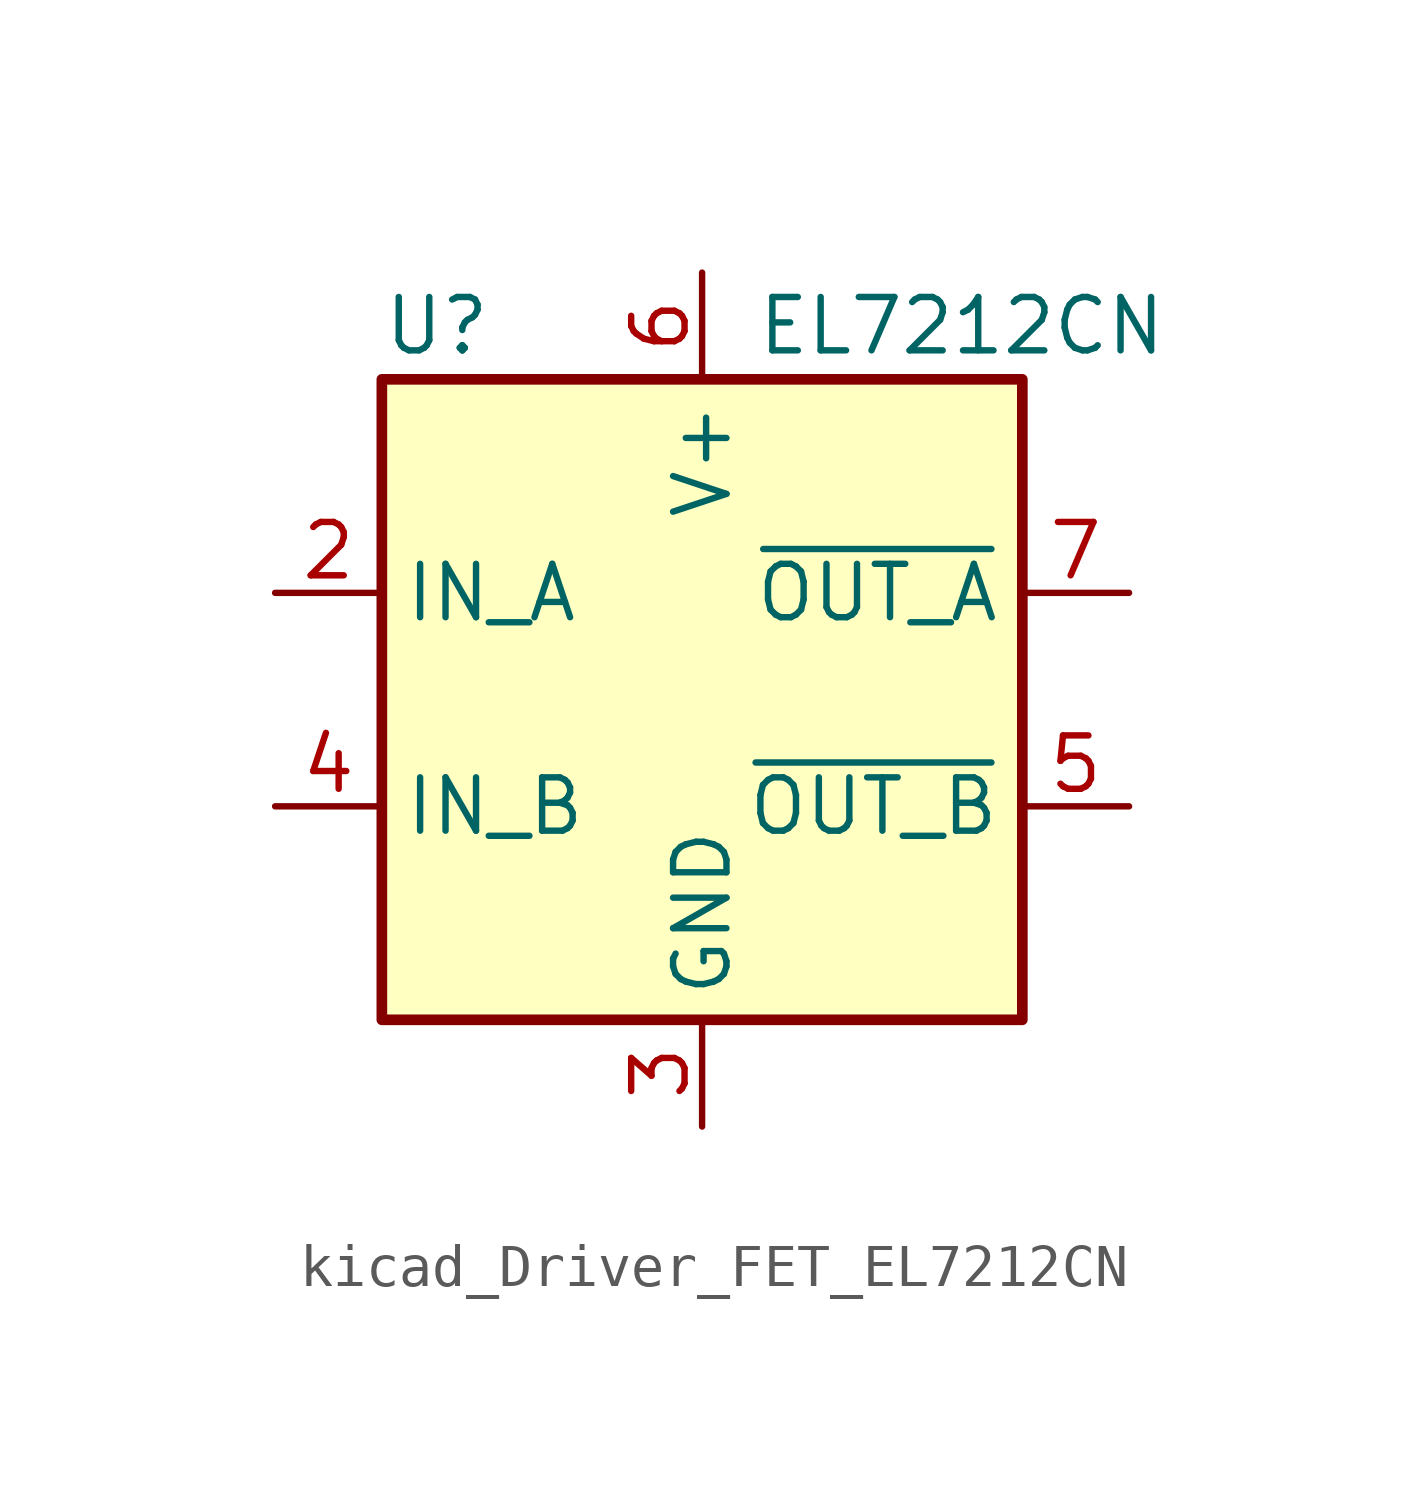
<source format=kicad_sym>
(kicad_symbol_lib
  (version 20220914)
  (generator kicad_symbol_editor)
  (symbol "kicad_Driver_FET_EL7212CN"
    (property "Reference" "U"
      (at -7.62 8.89 0)
      (effects (font (size 1.27 1.27)) (justify left)))
    (property "Value" "EL7212CN"
      (at 1.27 8.89 0)
      (effects (font (size 1.27 1.27)) (justify left)))
    (symbol "kicad_Driver_FET_EL7212CN_0_1"
      (rectangle (start -7.62 -7.62) (end 7.62 7.62) (stroke (width 0.254) (type default)) (fill (type background))))
    (symbol "kicad_Driver_FET_EL7212CN_1_1"
      (pin no_connect line (at -7.62 0 0) (length 2.54) hide (name "NC" (effects (font (size 1.27 1.27)))) (number "1" (effects (font (size 1.27 1.27)))))
      (pin input line (at -10.16 2.54 0) (length 2.54) (name "IN_A" (effects (font (size 1.27 1.27)))) (number "2" (effects (font (size 1.27 1.27)))))
      (pin power_in line (at 0 -10.16 90) (length 2.54) (name "GND" (effects (font (size 1.27 1.27)))) (number "3" (effects (font (size 1.27 1.27)))))
      (pin input line (at -10.16 -2.54 0) (length 2.54) (name "IN_B" (effects (font (size 1.27 1.27)))) (number "4" (effects (font (size 1.27 1.27)))))
      (pin output line (at 10.16 -2.54 180) (length 2.54) (name "~{OUT_B}" (effects (font (size 1.27 1.27)))) (number "5" (effects (font (size 1.27 1.27)))))
      (pin power_in line (at 0 10.16 270) (length 2.54) (name "V+" (effects (font (size 1.27 1.27)))) (number "6" (effects (font (size 1.27 1.27)))))
      (pin output line (at 10.16 2.54 180) (length 2.54) (name "~{OUT_A}" (effects (font (size 1.27 1.27)))) (number "7" (effects (font (size 1.27 1.27)))))
      (pin no_connect line (at 7.62 0 180) (length 2.54) hide (name "NC" (effects (font (size 1.27 1.27)))) (number "8" (effects (font (size 1.27 1.27))))))))
</source>
